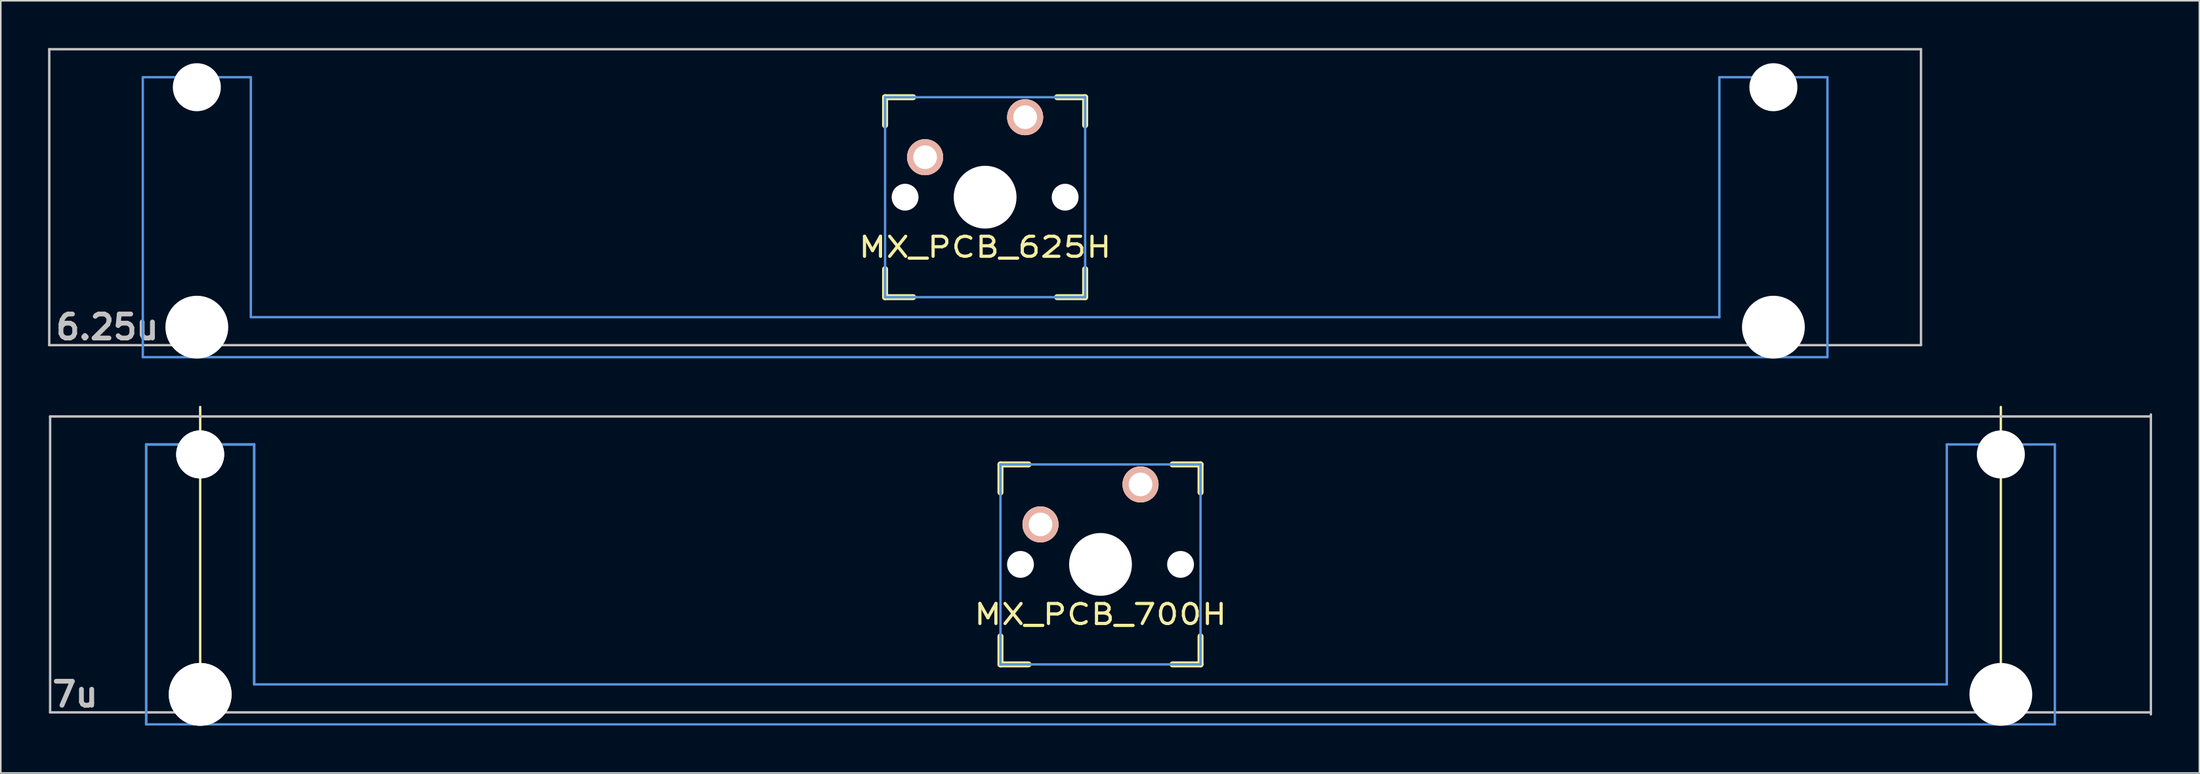
<source format=kicad_pcb>
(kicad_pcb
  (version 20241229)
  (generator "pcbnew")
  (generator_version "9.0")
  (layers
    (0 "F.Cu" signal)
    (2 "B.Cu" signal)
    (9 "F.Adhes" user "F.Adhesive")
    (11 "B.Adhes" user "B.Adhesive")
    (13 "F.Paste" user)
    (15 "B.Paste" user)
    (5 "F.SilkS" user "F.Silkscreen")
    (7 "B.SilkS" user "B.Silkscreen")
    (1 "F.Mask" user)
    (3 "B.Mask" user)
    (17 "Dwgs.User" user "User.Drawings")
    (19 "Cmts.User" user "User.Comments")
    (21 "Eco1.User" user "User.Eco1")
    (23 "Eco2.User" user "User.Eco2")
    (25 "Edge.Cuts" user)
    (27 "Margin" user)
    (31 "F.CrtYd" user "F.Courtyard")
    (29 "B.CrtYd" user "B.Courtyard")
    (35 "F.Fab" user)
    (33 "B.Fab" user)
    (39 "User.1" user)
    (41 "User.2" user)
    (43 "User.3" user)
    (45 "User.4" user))
  (footprint "MX_PCB_625H"
    (layer "F.Cu")
    (at 59.482 9.474)
    (property "Reference" "MX_PCB_625H" (at 0 3.175 0) (layer "F.SilkS") (effects (font (size 1.27 1.524) (thickness 0.203))))
    (attr through_hole)
    (fp_line (start -6.35 -6.35) (end -4.572 -6.35) (stroke (width 0.381) (type solid)) (layer "F.SilkS"))
    (fp_line (start -6.35 -4.572) (end -6.35 -6.35) (stroke (width 0.381) (type solid)) (layer "F.SilkS"))
    (fp_line (start -6.35 6.35) (end -6.35 4.572) (stroke (width 0.381) (type solid)) (layer "F.SilkS"))
    (fp_line (start -4.572 6.35) (end -6.35 6.35) (stroke (width 0.381) (type solid)) (layer "F.SilkS"))
    (fp_line (start 4.572 -6.35) (end 6.35 -6.35) (stroke (width 0.381) (type solid)) (layer "F.SilkS"))
    (fp_line (start 6.35 -6.35) (end 6.35 -4.572) (stroke (width 0.381) (type solid)) (layer "F.SilkS"))
    (fp_line (start 6.35 4.572) (end 6.35 6.35) (stroke (width 0.381) (type solid)) (layer "F.SilkS"))
    (fp_line (start 6.35 6.35) (end 4.572 6.35) (stroke (width 0.381) (type solid)) (layer "F.SilkS"))
    (fp_line (start -59.406 -9.398) (end 59.406 -9.398) (stroke (width 0.152) (type solid)) (layer "Dwgs.User"))
    (fp_line (start -59.406 9.398) (end -59.406 -9.398) (stroke (width 0.152) (type solid)) (layer "Dwgs.User"))
    (fp_line (start 59.406 -9.398) (end 59.406 9.398) (stroke (width 0.152) (type solid)) (layer "Dwgs.User"))
    (fp_line (start 59.406 9.398) (end -59.406 9.398) (stroke (width 0.152) (type solid)) (layer "Dwgs.User"))
    (fp_line (start -53.467 -7.62) (end -53.467 10.16) (stroke (width 0.152) (type solid)) (layer "Cmts.User"))
    (fp_line (start -53.467 10.16) (end 53.467 10.16) (stroke (width 0.152) (type solid)) (layer "Cmts.User"))
    (fp_line (start -46.609 -7.62) (end -53.467 -7.62) (stroke (width 0.152) (type solid)) (layer "Cmts.User"))
    (fp_line (start -46.609 7.62) (end -46.609 -7.62) (stroke (width 0.152) (type solid)) (layer "Cmts.User"))
    (fp_line (start -6.35 -6.35) (end 6.35 -6.35) (stroke (width 0.152) (type solid)) (layer "Cmts.User"))
    (fp_line (start -6.35 6.35) (end -6.35 -6.35) (stroke (width 0.152) (type solid)) (layer "Cmts.User"))
    (fp_line (start 6.35 -6.35) (end 6.35 6.35) (stroke (width 0.152) (type solid)) (layer "Cmts.User"))
    (fp_line (start 6.35 6.35) (end -6.35 6.35) (stroke (width 0.152) (type solid)) (layer "Cmts.User"))
    (fp_line (start 46.609 -7.62) (end 46.609 7.62) (stroke (width 0.152) (type solid)) (layer "Cmts.User"))
    (fp_line (start 46.609 7.62) (end -46.609 7.62) (stroke (width 0.152) (type solid)) (layer "Cmts.User"))
    (fp_line (start 53.467 -7.62) (end 46.609 -7.62) (stroke (width 0.152) (type solid)) (layer "Cmts.User"))
    (fp_line (start 53.467 10.16) (end 53.467 -7.62) (stroke (width 0.152) (type solid)) (layer "Cmts.User"))
    (fp_line (start -54.229 -2.286) (end -53.365 -2.286) (stroke (width 0.152) (type solid)) (layer "Eco2.User"))
    (fp_line (start -54.229 0.508) (end -54.229 -2.286) (stroke (width 0.152) (type solid)) (layer "Eco2.User"))
    (fp_line (start -53.365 -5.69) (end -46.711 -5.69) (stroke (width 0.152) (type solid)) (layer "Eco2.User"))
    (fp_line (start -53.365 -2.286) (end -53.365 -5.69) (stroke (width 0.152) (type solid)) (layer "Eco2.User"))
    (fp_line (start -53.365 0.508) (end -54.229 0.508) (stroke (width 0.152) (type solid)) (layer "Eco2.User"))
    (fp_line (start -53.365 6.604) (end -53.365 0.508) (stroke (width 0.152) (type solid)) (layer "Eco2.User"))
    (fp_line (start -52.324 6.604) (end -53.365 6.604) (stroke (width 0.152) (type solid)) (layer "Eco2.User"))
    (fp_line (start -52.324 7.772) (end -52.324 6.604) (stroke (width 0.152) (type solid)) (layer "Eco2.User"))
    (fp_line (start -47.752 6.604) (end -47.752 7.772) (stroke (width 0.152) (type solid)) (layer "Eco2.User"))
    (fp_line (start -47.752 7.772) (end -52.324 7.772) (stroke (width 0.152) (type solid)) (layer "Eco2.User"))
    (fp_line (start -46.711 -5.69) (end -46.711 -2.286) (stroke (width 0.152) (type solid)) (layer "Eco2.User"))
    (fp_line (start -46.711 -2.286) (end -6.985 -2.286) (stroke (width 0.152) (type solid)) (layer "Eco2.User"))
    (fp_line (start -46.711 2.286) (end -46.711 6.604) (stroke (width 0.152) (type solid)) (layer "Eco2.User"))
    (fp_line (start -46.711 6.604) (end -47.752 6.604) (stroke (width 0.152) (type solid)) (layer "Eco2.User"))
    (fp_line (start -6.985 -6.985) (end 6.985 -6.985) (stroke (width 0.152) (type solid)) (layer "Eco2.User"))
    (fp_line (start -6.985 -2.286) (end -6.985 -6.985) (stroke (width 0.152) (type solid)) (layer "Eco2.User"))
    (fp_line (start -6.985 2.286) (end -46.711 2.286) (stroke (width 0.152) (type solid)) (layer "Eco2.User"))
    (fp_line (start -6.985 6.985) (end -6.985 2.286) (stroke (width 0.152) (type solid)) (layer "Eco2.User"))
    (fp_line (start 6.985 -6.985) (end 6.985 -2.286) (stroke (width 0.152) (type solid)) (layer "Eco2.User"))
    (fp_line (start 6.985 -2.286) (end 46.711 -2.286) (stroke (width 0.152) (type solid)) (layer "Eco2.User"))
    (fp_line (start 6.985 2.286) (end 6.985 6.985) (stroke (width 0.152) (type solid)) (layer "Eco2.User"))
    (fp_line (start 6.985 6.985) (end -6.985 6.985) (stroke (width 0.152) (type solid)) (layer "Eco2.User"))
    (fp_line (start 46.711 -5.69) (end 53.365 -5.69) (stroke (width 0.152) (type solid)) (layer "Eco2.User"))
    (fp_line (start 46.711 -2.286) (end 46.711 -5.69) (stroke (width 0.152) (type solid)) (layer "Eco2.User"))
    (fp_line (start 46.711 2.286) (end 6.985 2.286) (stroke (width 0.152) (type solid)) (layer "Eco2.User"))
    (fp_line (start 46.711 6.604) (end 46.711 2.286) (stroke (width 0.152) (type solid)) (layer "Eco2.User"))
    (fp_line (start 47.752 6.604) (end 46.711 6.604) (stroke (width 0.152) (type solid)) (layer "Eco2.User"))
    (fp_line (start 47.752 7.772) (end 47.752 6.604) (stroke (width 0.152) (type solid)) (layer "Eco2.User"))
    (fp_line (start 52.324 6.604) (end 52.324 7.772) (stroke (width 0.152) (type solid)) (layer "Eco2.User"))
    (fp_line (start 52.324 7.772) (end 47.752 7.772) (stroke (width 0.152) (type solid)) (layer "Eco2.User"))
    (fp_line (start 53.365 -5.69) (end 53.365 -2.286) (stroke (width 0.152) (type solid)) (layer "Eco2.User"))
    (fp_line (start 53.365 -2.286) (end 54.229 -2.286) (stroke (width 0.152) (type solid)) (layer "Eco2.User"))
    (fp_line (start 53.365 0.508) (end 53.365 6.604) (stroke (width 0.152) (type solid)) (layer "Eco2.User"))
    (fp_line (start 53.365 6.604) (end 52.324 6.604) (stroke (width 0.152) (type solid)) (layer "Eco2.User"))
    (fp_line (start 54.229 -2.286) (end 54.229 0.508) (stroke (width 0.152) (type solid)) (layer "Eco2.User"))
    (fp_line (start 54.229 0.508) (end 53.365 0.508) (stroke (width 0.152) (type solid)) (layer "Eco2.User"))
    (fp_text user "6.25u" (at -55.723 8.255 0) (layer "Dwgs.User") (effects (font (size 1.524 1.524) (thickness 0.305))))
    (pad "" np_thru_hole circle (at -50.038 -6.985) (size 3.048 3.048) (drill 3.048) (layers "*.Cu"))
    (pad "" np_thru_hole circle (at -50.038 8.255) (size 3.988 3.988) (drill 3.988) (layers "*.Cu"))
    (pad "" np_thru_hole circle (at -5.08 0) (size 1.702 1.702) (drill 1.702) (layers "*.Cu"))
    (pad "" np_thru_hole circle (at 0 0) (size 3.988 3.988) (drill 3.988) (layers "*.Cu"))
    (pad "" np_thru_hole circle (at 5.08 0) (size 1.702 1.702) (drill 1.702) (layers "*.Cu"))
    (pad "" np_thru_hole circle (at 50.038 -6.985) (size 3.048 3.048) (drill 3.048) (layers "*.Cu"))
    (pad "" np_thru_hole circle (at 50.038 8.255) (size 3.988 3.988) (drill 3.988) (layers "*.Cu"))
    (pad "1" thru_hole circle (at 2.54 -5.08) (size 2.286 2.286) (drill 1.499) (layers "*.Cu" "*.SilkS" "*.Mask"))
    (pad "2" thru_hole circle (at -3.81 -2.54) (size 2.286 2.286) (drill 1.499) (layers "*.Cu" "*.SilkS" "*.Mask")))
  (footprint "MX_PCB_700H"
    (layer "F.Cu")
    (at 66.807 32.798)
    (property "Reference" "MX_PCB_700H" (at 0 3.175 0) (layer "F.SilkS") (effects (font (size 1.27 1.524) (thickness 0.203))))
    (attr through_hole)
    (fp_line (start -57.15 -10) (end -57.15 10) (stroke (width 0.15) (type solid)) (layer "F.SilkS"))
    (fp_line (start -6.35 -6.35) (end -4.572 -6.35) (stroke (width 0.381) (type solid)) (layer "F.SilkS"))
    (fp_line (start -6.35 -4.572) (end -6.35 -6.35) (stroke (width 0.381) (type solid)) (layer "F.SilkS"))
    (fp_line (start -6.35 6.35) (end -6.35 4.572) (stroke (width 0.381) (type solid)) (layer "F.SilkS"))
    (fp_line (start -4.572 6.35) (end -6.35 6.35) (stroke (width 0.381) (type solid)) (layer "F.SilkS"))
    (fp_line (start 4.572 -6.35) (end 6.35 -6.35) (stroke (width 0.381) (type solid)) (layer "F.SilkS"))
    (fp_line (start 6.35 -6.35) (end 6.35 -4.572) (stroke (width 0.381) (type solid)) (layer "F.SilkS"))
    (fp_line (start 6.35 4.572) (end 6.35 6.35) (stroke (width 0.381) (type solid)) (layer "F.SilkS"))
    (fp_line (start 6.35 6.35) (end 4.572 6.35) (stroke (width 0.381) (type solid)) (layer "F.SilkS"))
    (fp_line (start 57.15 -10) (end 57.15 10) (stroke (width 0.15) (type solid)) (layer "F.SilkS"))
    (fp_line (start -66.675 -9.398) (end 66.675 -9.398) (stroke (width 0.152) (type solid)) (layer "Dwgs.User"))
    (fp_line (start -66.675 9.398) (end -66.675 -9.398) (stroke (width 0.152) (type solid)) (layer "Dwgs.User"))
    (fp_line (start 66.675 -9.525) (end 66.675 9.525) (stroke (width 0.15) (type solid)) (layer "Dwgs.User"))
    (fp_line (start 66.675 9.398) (end -66.675 9.398) (stroke (width 0.152) (type solid)) (layer "Dwgs.User"))
    (fp_line (start -60.579 -7.62) (end -60.579 10.16) (stroke (width 0.152) (type solid)) (layer "Cmts.User"))
    (fp_line (start -60.579 -7.62) (end -60.579 10.16) (stroke (width 0.152) (type solid)) (layer "Cmts.User"))
    (fp_line (start -60.579 10.16) (end 60.579 10.16) (stroke (width 0.152) (type solid)) (layer "Cmts.User"))
    (fp_line (start -53.721 -7.62) (end -60.579 -7.62) (stroke (width 0.152) (type solid)) (layer "Cmts.User"))
    (fp_line (start -53.721 -7.62) (end -60.579 -7.62) (stroke (width 0.152) (type solid)) (layer "Cmts.User"))
    (fp_line (start -53.721 7.62) (end -53.721 -7.62) (stroke (width 0.152) (type solid)) (layer "Cmts.User"))
    (fp_line (start -53.721 7.62) (end -53.721 -7.62) (stroke (width 0.152) (type solid)) (layer "Cmts.User"))
    (fp_line (start -6.35 -6.35) (end 6.35 -6.35) (stroke (width 0.152) (type solid)) (layer "Cmts.User"))
    (fp_line (start -6.35 6.35) (end -6.35 -6.35) (stroke (width 0.152) (type solid)) (layer "Cmts.User"))
    (fp_line (start 6.35 -6.35) (end 6.35 6.35) (stroke (width 0.152) (type solid)) (layer "Cmts.User"))
    (fp_line (start 6.35 6.35) (end -6.35 6.35) (stroke (width 0.152) (type solid)) (layer "Cmts.User"))
    (fp_line (start 53.721 -7.62) (end 53.721 7.62) (stroke (width 0.152) (type solid)) (layer "Cmts.User"))
    (fp_line (start 53.721 7.62) (end -53.721 7.62) (stroke (width 0.152) (type solid)) (layer "Cmts.User"))
    (fp_line (start 60.579 -7.62) (end 53.721 -7.62) (stroke (width 0.152) (type solid)) (layer "Cmts.User"))
    (fp_line (start 60.579 10.16) (end 60.579 -7.62) (stroke (width 0.152) (type solid)) (layer "Cmts.User"))
    (fp_line (start -61.341 -2.286) (end -60.477 -2.286) (stroke (width 0.152) (type solid)) (layer "Eco2.User"))
    (fp_line (start -61.341 0.508) (end -61.341 -2.286) (stroke (width 0.152) (type solid)) (layer "Eco2.User"))
    (fp_line (start -60.477 -5.69) (end -53.823 -5.69) (stroke (width 0.152) (type solid)) (layer "Eco2.User"))
    (fp_line (start -60.477 -5.69) (end -53.823 -5.69) (stroke (width 0.152) (type solid)) (layer "Eco2.User"))
    (fp_line (start -60.477 -2.286) (end -60.477 -5.69) (stroke (width 0.152) (type solid)) (layer "Eco2.User"))
    (fp_line (start -60.477 -2.286) (end -60.477 -5.69) (stroke (width 0.152) (type solid)) (layer "Eco2.User"))
    (fp_line (start -60.477 0.508) (end -61.341 0.508) (stroke (width 0.152) (type solid)) (layer "Eco2.User"))
    (fp_line (start -60.477 6.604) (end -60.477 0.508) (stroke (width 0.152) (type solid)) (layer "Eco2.User"))
    (fp_line (start -60.477 6.604) (end -60.477 0.508) (stroke (width 0.152) (type solid)) (layer "Eco2.User"))
    (fp_line (start -59.436 6.604) (end -60.477 6.604) (stroke (width 0.152) (type solid)) (layer "Eco2.User"))
    (fp_line (start -59.436 6.604) (end -60.477 6.604) (stroke (width 0.152) (type solid)) (layer "Eco2.User"))
    (fp_line (start -59.436 7.772) (end -59.436 6.604) (stroke (width 0.152) (type solid)) (layer "Eco2.User"))
    (fp_line (start -59.436 7.772) (end -59.436 6.604) (stroke (width 0.152) (type solid)) (layer "Eco2.User"))
    (fp_line (start -54.864 6.604) (end -54.864 7.772) (stroke (width 0.152) (type solid)) (layer "Eco2.User"))
    (fp_line (start -54.864 6.604) (end -54.864 7.772) (stroke (width 0.152) (type solid)) (layer "Eco2.User"))
    (fp_line (start -54.864 7.772) (end -59.436 7.772) (stroke (width 0.152) (type solid)) (layer "Eco2.User"))
    (fp_line (start -54.864 7.772) (end -59.436 7.772) (stroke (width 0.152) (type solid)) (layer "Eco2.User"))
    (fp_line (start -53.823 -5.69) (end -53.823 -2.286) (stroke (width 0.152) (type solid)) (layer "Eco2.User"))
    (fp_line (start -53.823 -5.69) (end -53.823 -2.286) (stroke (width 0.152) (type solid)) (layer "Eco2.User"))
    (fp_line (start -53.823 -2.286) (end -6.985 -2.286) (stroke (width 0.152) (type solid)) (layer "Eco2.User"))
    (fp_line (start -53.823 2.286) (end -53.823 6.604) (stroke (width 0.152) (type solid)) (layer "Eco2.User"))
    (fp_line (start -53.823 2.286) (end -53.823 6.604) (stroke (width 0.152) (type solid)) (layer "Eco2.User"))
    (fp_line (start -53.823 6.604) (end -54.864 6.604) (stroke (width 0.152) (type solid)) (layer "Eco2.User"))
    (fp_line (start -53.823 6.604) (end -54.864 6.604) (stroke (width 0.152) (type solid)) (layer "Eco2.User"))
    (fp_line (start -6.985 -6.985) (end 6.985 -6.985) (stroke (width 0.152) (type solid)) (layer "Eco2.User"))
    (fp_line (start -6.985 -2.286) (end -6.985 -6.985) (stroke (width 0.152) (type solid)) (layer "Eco2.User"))
    (fp_line (start -6.985 2.286) (end -53.823 2.286) (stroke (width 0.152) (type solid)) (layer "Eco2.User"))
    (fp_line (start -6.985 6.985) (end -6.985 2.286) (stroke (width 0.152) (type solid)) (layer "Eco2.User"))
    (fp_line (start 6.985 -6.985) (end 6.985 -2.286) (stroke (width 0.152) (type solid)) (layer "Eco2.User"))
    (fp_line (start 6.985 -2.286) (end 53.823 -2.286) (stroke (width 0.152) (type solid)) (layer "Eco2.User"))
    (fp_line (start 6.985 2.286) (end 6.985 6.985) (stroke (width 0.152) (type solid)) (layer "Eco2.User"))
    (fp_line (start 6.985 6.985) (end -6.985 6.985) (stroke (width 0.152) (type solid)) (layer "Eco2.User"))
    (fp_line (start 53.823 -5.69) (end 60.477 -5.69) (stroke (width 0.152) (type solid)) (layer "Eco2.User"))
    (fp_line (start 53.823 -2.286) (end 53.823 -5.69) (stroke (width 0.152) (type solid)) (layer "Eco2.User"))
    (fp_line (start 53.823 2.286) (end 6.985 2.286) (stroke (width 0.152) (type solid)) (layer "Eco2.User"))
    (fp_line (start 53.823 6.604) (end 53.823 2.286) (stroke (width 0.152) (type solid)) (layer "Eco2.User"))
    (fp_line (start 54.864 6.604) (end 53.823 6.604) (stroke (width 0.152) (type solid)) (layer "Eco2.User"))
    (fp_line (start 54.864 7.772) (end 54.864 6.604) (stroke (width 0.152) (type solid)) (layer "Eco2.User"))
    (fp_line (start 59.436 6.604) (end 59.436 7.772) (stroke (width 0.152) (type solid)) (layer "Eco2.User"))
    (fp_line (start 59.436 7.772) (end 54.864 7.772) (stroke (width 0.152) (type solid)) (layer "Eco2.User"))
    (fp_line (start 60.477 -5.69) (end 60.477 -2.286) (stroke (width 0.152) (type solid)) (layer "Eco2.User"))
    (fp_line (start 60.477 -2.286) (end 61.341 -2.286) (stroke (width 0.152) (type solid)) (layer "Eco2.User"))
    (fp_line (start 60.477 0.508) (end 60.477 6.604) (stroke (width 0.152) (type solid)) (layer "Eco2.User"))
    (fp_line (start 60.477 6.604) (end 59.436 6.604) (stroke (width 0.152) (type solid)) (layer "Eco2.User"))
    (fp_line (start 61.341 -2.286) (end 61.341 0.508) (stroke (width 0.152) (type solid)) (layer "Eco2.User"))
    (fp_line (start 61.341 0.508) (end 60.477 0.508) (stroke (width 0.152) (type solid)) (layer "Eco2.User"))
    (fp_text user "7u" (at -65.088 8.255 0) (layer "Dwgs.User") (effects (font (size 1.524 1.524) (thickness 0.305))))
    (pad "" np_thru_hole circle (at -57.15 -6.985) (size 3.048 3.048) (drill 3.048) (layers "*.Cu"))
    (pad "" np_thru_hole circle (at -57.15 -6.985) (size 3.048 3.048) (drill 3.048) (layers "*.Cu"))
    (pad "" np_thru_hole circle (at -57.15 8.255) (size 3.988 3.988) (drill 3.988) (layers "*.Cu"))
    (pad "" np_thru_hole circle (at -57.15 8.255) (size 3.988 3.988) (drill 3.988) (layers "*.Cu"))
    (pad "" np_thru_hole circle (at -5.08 0) (size 1.702 1.702) (drill 1.702) (layers "*.Cu"))
    (pad "" np_thru_hole circle (at 0 0) (size 3.988 3.988) (drill 3.988) (layers "*.Cu"))
    (pad "" np_thru_hole circle (at 5.08 0) (size 1.702 1.702) (drill 1.702) (layers "*.Cu"))
    (pad "" np_thru_hole circle (at 57.15 -6.985) (size 3.048 3.048) (drill 3.048) (layers "*.Cu"))
    (pad "" np_thru_hole circle (at 57.15 8.255) (size 3.988 3.988) (drill 3.988) (layers "*.Cu"))
    (pad "1" thru_hole circle (at 2.54 -5.08) (size 2.286 2.286) (drill 1.499) (layers "*.Cu" "*.SilkS" "*.Mask"))
    (pad "2" thru_hole circle (at -3.81 -2.54) (size 2.286 2.286) (drill 1.499) (layers "*.Cu" "*.SilkS" "*.Mask")))
  (gr_rect
    (start -3 -3)
    (end 136.559 46.047)
    (stroke (width 0.1) (type default))
    (fill no)
    (layer "Edge.Cuts")))
</source>
